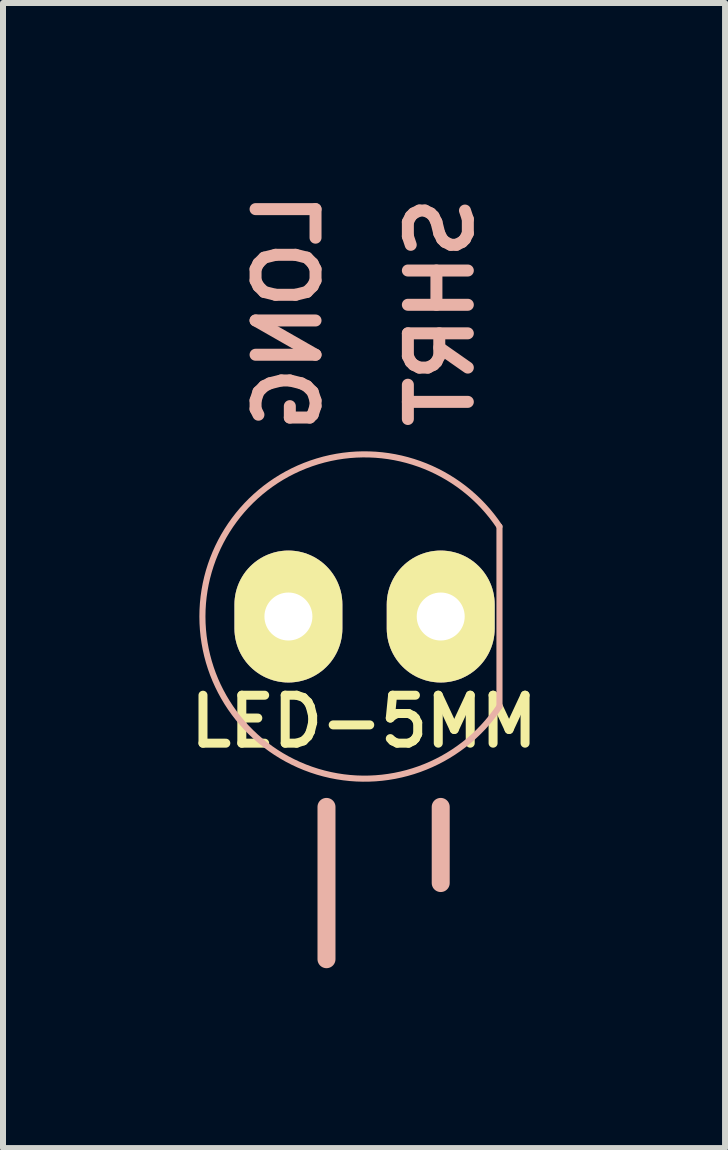
<source format=kicad_pcb>
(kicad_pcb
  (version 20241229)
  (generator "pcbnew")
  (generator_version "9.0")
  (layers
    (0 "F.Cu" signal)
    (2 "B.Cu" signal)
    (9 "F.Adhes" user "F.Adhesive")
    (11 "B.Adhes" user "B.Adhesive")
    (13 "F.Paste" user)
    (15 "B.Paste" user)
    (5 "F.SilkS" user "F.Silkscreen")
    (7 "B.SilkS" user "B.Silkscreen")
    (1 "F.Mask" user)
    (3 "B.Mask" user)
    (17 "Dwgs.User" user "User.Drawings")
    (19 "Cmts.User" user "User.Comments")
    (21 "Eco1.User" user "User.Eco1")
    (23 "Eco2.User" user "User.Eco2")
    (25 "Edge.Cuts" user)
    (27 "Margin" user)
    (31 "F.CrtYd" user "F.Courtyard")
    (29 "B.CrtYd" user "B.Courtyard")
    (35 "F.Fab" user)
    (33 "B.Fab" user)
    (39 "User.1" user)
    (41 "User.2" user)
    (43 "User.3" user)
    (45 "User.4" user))
  (footprint "LED-5MM"
    (layer "F.Cu")
    (at 3.03 7.232)
    (property "Reference" "LED-5MM" (at -0.009 1.75 180) (layer "F.SilkS") (effects (font (size 0.8 0.8) (thickness 0.15))))
    (attr through_hole)
    (fp_line (start -0.635 3.175) (end -0.635 5.715) (stroke (width 0.3) (type solid)) (layer "B.SilkS"))
    (fp_line (start 1.27 3.175) (end 1.27 4.445) (stroke (width 0.3) (type solid)) (layer "B.SilkS"))
    (fp_line (start 2.25 -1.5) (end 2.25 1.5) (stroke (width 0.102) (type solid)) (layer "B.SilkS"))
    (fp_arc (start 2.25 1.5) (mid -2.704163 0.000469) (end 2.24948 -1.50078) (stroke (width 0.1016) (type solid)) (layer "B.SilkS"))
    (fp_text user "LONG" (at -1.27 -5.08 90) (layer "B.SilkS") (effects (font (size 1 1) (thickness 0.2)) (justify mirror)))
    (fp_text user "SHRT" (at 1.27 -5.08 90) (layer "B.SilkS") (effects (font (size 1 1) (thickness 0.2)) (justify mirror)))
    (pad "1" thru_hole oval (at -1.27 0) (size 1.8 2.2) (drill 0.8) (layers "*.Cu" "*.Mask" "F.SilkS"))
    (pad "2" thru_hole oval (at 1.27 0) (size 1.8 2.2) (drill 0.8) (layers "*.Cu" "*.Mask" "F.SilkS")))
  (gr_rect
    (start -3 -3)
    (end 9.042 16.097)
    (stroke (width 0.1) (type default))
    (fill no)
    (layer "Edge.Cuts")))
</source>
